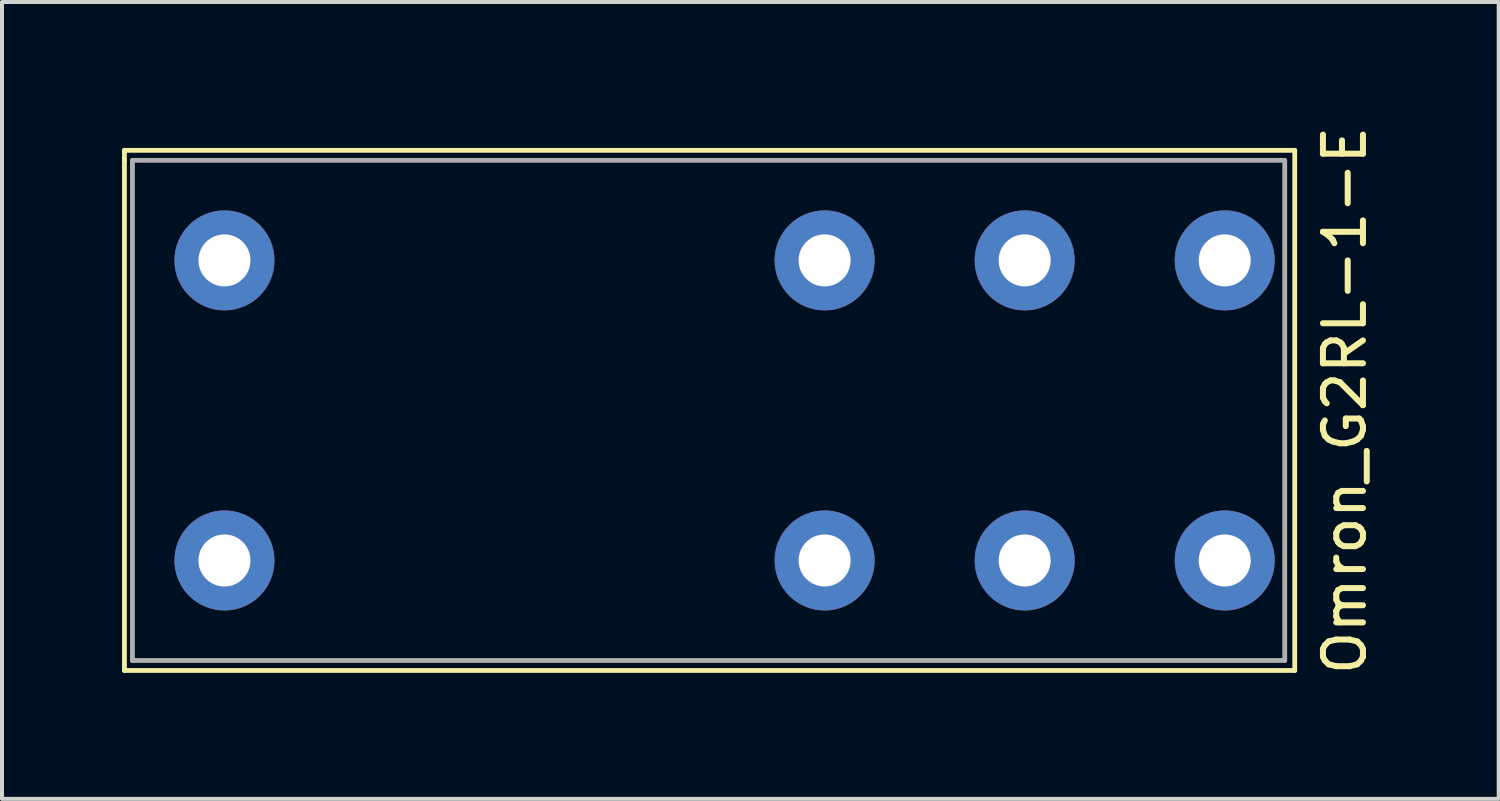
<source format=kicad_pcb>
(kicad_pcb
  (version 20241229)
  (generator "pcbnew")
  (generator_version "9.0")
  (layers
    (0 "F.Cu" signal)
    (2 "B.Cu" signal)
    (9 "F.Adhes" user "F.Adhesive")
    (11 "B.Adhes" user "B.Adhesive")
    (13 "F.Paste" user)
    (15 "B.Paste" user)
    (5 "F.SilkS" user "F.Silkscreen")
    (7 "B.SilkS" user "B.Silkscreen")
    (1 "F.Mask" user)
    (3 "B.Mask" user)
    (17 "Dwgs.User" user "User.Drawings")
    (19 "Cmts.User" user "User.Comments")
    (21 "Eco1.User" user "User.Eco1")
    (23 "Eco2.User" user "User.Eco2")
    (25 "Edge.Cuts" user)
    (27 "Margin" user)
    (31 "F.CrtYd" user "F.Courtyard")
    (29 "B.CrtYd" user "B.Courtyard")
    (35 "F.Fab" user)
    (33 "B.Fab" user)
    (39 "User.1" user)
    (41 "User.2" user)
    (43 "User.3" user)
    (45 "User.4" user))
  (footprint "Omron_G2RL-1-E"
    (layer "F.Cu")
    (at 17.56 7.208)
    (property "Reference" "Omron_G2RL-1-E" (at 13 -0.25 90) (layer "F.SilkS") (effects (font (size 1 1) (thickness 0.15))))
    (attr through_hole)
    (fp_line (start -17.5 -6.5) (end 11.75 -6.5) (stroke (width 0.12) (type solid)) (layer "F.SilkS"))
    (fp_line (start -17.5 -6.25) (end -17.5 -6.5) (stroke (width 0.12) (type solid)) (layer "F.SilkS"))
    (fp_line (start -17.5 6.5) (end -17.5 -6.25) (stroke (width 0.12) (type solid)) (layer "F.SilkS"))
    (fp_line (start -17.5 6.5) (end 11.75 6.5) (stroke (width 0.12) (type solid)) (layer "F.SilkS"))
    (fp_line (start 11.75 -6.5) (end 11.75 6.5) (stroke (width 0.12) (type solid)) (layer "F.SilkS"))
    (fp_line (start -17.3 -6.25) (end 11.5 -6.25) (stroke (width 0.12) (type solid)) (layer "F.Fab"))
    (fp_line (start -17.3 6.25) (end -17.3 -6.25) (stroke (width 0.12) (type solid)) (layer "F.Fab"))
    (fp_line (start 11.5 -6.25) (end 11.5 6.25) (stroke (width 0.12) (type solid)) (layer "F.Fab"))
    (fp_line (start 11.5 6.25) (end -17.3 6.25) (stroke (width 0.12) (type solid)) (layer "F.Fab"))
    (pad "1" thru_hole circle (at -15 3.75) (size 2.5 2.5) (drill 1.3) (layers "*.Cu" "*.Mask"))
    (pad "2" thru_hole circle (at 0 3.75) (size 2.5 2.5) (drill 1.3) (layers "*.Cu" "*.Mask"))
    (pad "3" thru_hole circle (at 5 3.75) (size 2.5 2.5) (drill 1.3) (layers "*.Cu" "*.Mask"))
    (pad "4" thru_hole circle (at 10 3.75) (size 2.5 2.5) (drill 1.3) (layers "*.Cu" "*.Mask"))
    (pad "5" thru_hole circle (at 10 -3.75) (size 2.5 2.5) (drill 1.3) (layers "*.Cu" "*.Mask"))
    (pad "6" thru_hole circle (at 5 -3.75) (size 2.5 2.5) (drill 1.3) (layers "*.Cu" "*.Mask"))
    (pad "7" thru_hole circle (at 0 -3.75) (size 2.5 2.5) (drill 1.3) (layers "*.Cu" "*.Mask"))
    (pad "8" thru_hole circle (at -15 -3.75) (size 2.5 2.5) (drill 1.3) (layers "*.Cu" "*.Mask")))
  (gr_rect
    (start -3 -3)
    (end 34.408 16.917)
    (stroke (width 0.1) (type default))
    (fill no)
    (layer "Edge.Cuts")))
</source>
